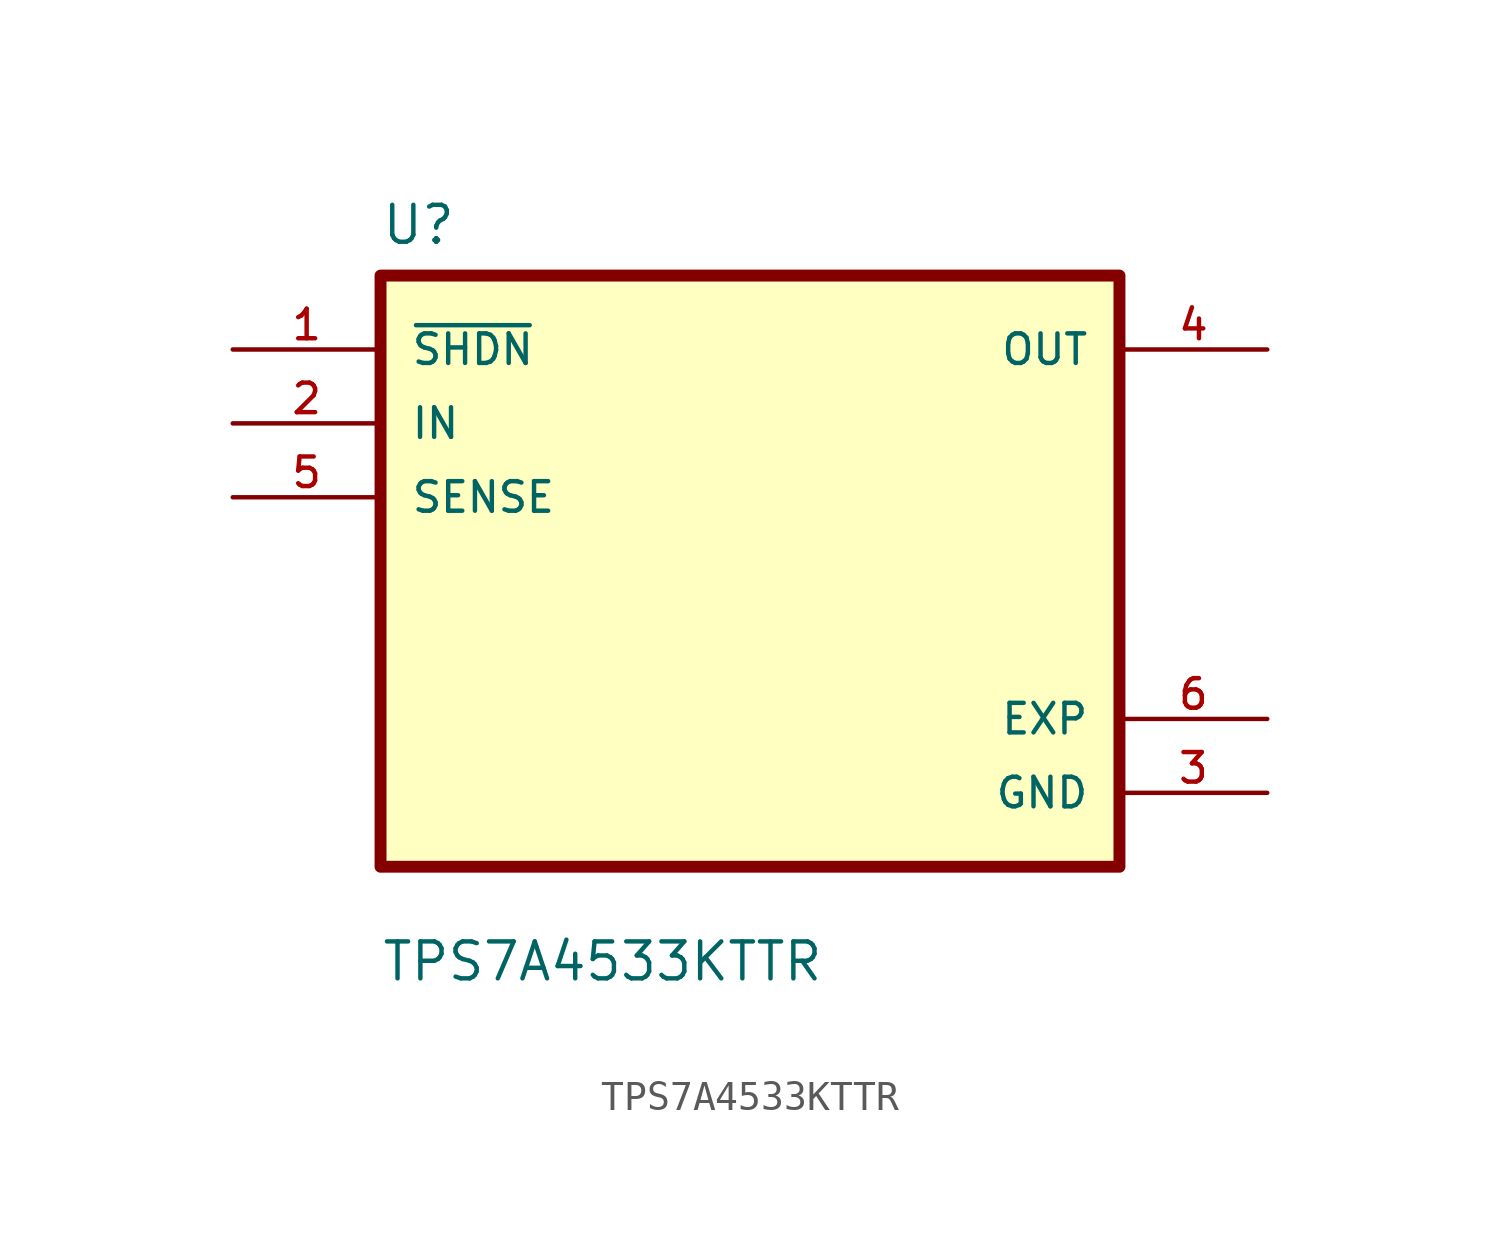
<source format=kicad_sym>
(kicad_symbol_lib
  (version 20211014)
  (generator kicad_symbol_editor)
  (symbol "TPS7A4533KTTR"
    (pin_names
      (offset 1.016))
    (property "Reference" "U"
      (at -12.7 11.16 0.0)
      (effects (font (size 1.27 1.27)) (justify bottom left)))
    (property "Value" "TPS7A4533KTTR"
      (at -12.7 -14.16 0.0)
      (effects (font (size 1.27 1.27)) (justify bottom left)))
    (symbol "TPS7A4533KTTR_0_0"
      (rectangle (start -12.7 -10.16) (end 12.7 10.16) (stroke (width 0.41)) (fill (type background)))
      (pin input line (at -17.78 7.62 0) (length 5.08) (name "~{SHDN}" (effects (font (size 1.016 1.016)))) (number "1" (effects (font (size 1.016 1.016)))))
      (pin input line (at -17.78 5.08 0) (length 5.08) (name "IN" (effects (font (size 1.016 1.016)))) (number "2" (effects (font (size 1.016 1.016)))))
      (pin input line (at -17.78 2.54 0) (length 5.08) (name "SENSE" (effects (font (size 1.016 1.016)))) (number "5" (effects (font (size 1.016 1.016)))))
      (pin output line (at 17.78 7.62 180.0) (length 5.08) (name "OUT" (effects (font (size 1.016 1.016)))) (number "4" (effects (font (size 1.016 1.016)))))
      (pin power_in line (at 17.78 -5.08 180.0) (length 5.08) (name "EXP" (effects (font (size 1.016 1.016)))) (number "6" (effects (font (size 1.016 1.016)))))
      (pin power_in line (at 17.78 -7.62 180.0) (length 5.08) (name "GND" (effects (font (size 1.016 1.016)))) (number "3" (effects (font (size 1.016 1.016))))))))
</source>
